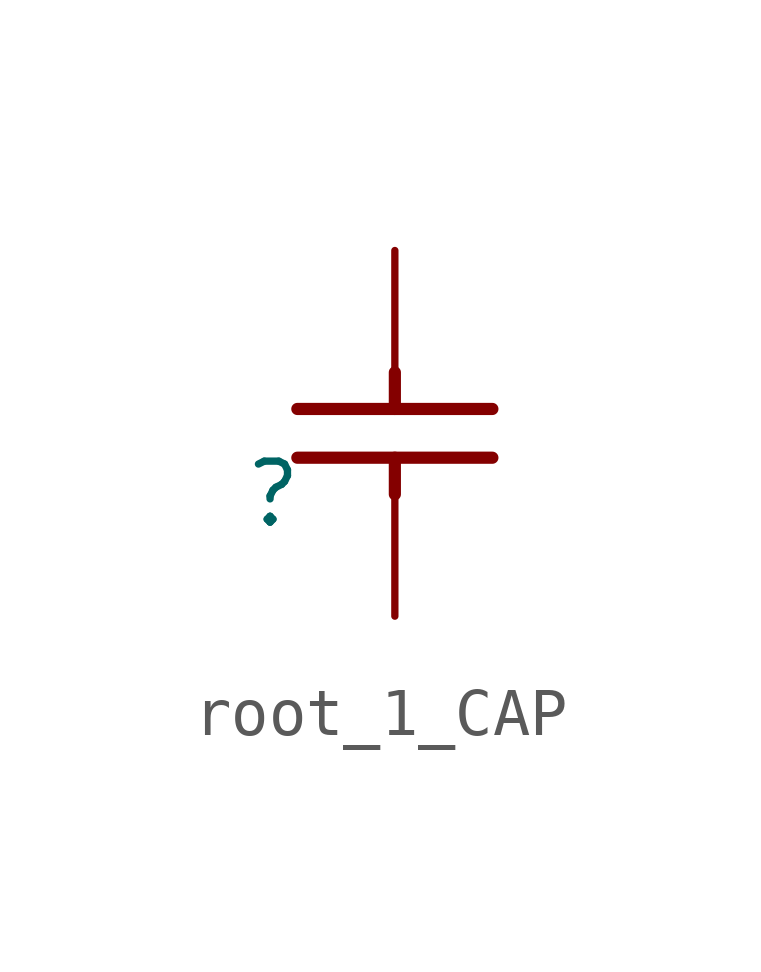
<source format=kicad_sym>
(kicad_symbol_lib
  (version 20231120)
  (generator "kicad_symbol_editor")
  (generator_version "8.0")
  (symbol "root_1_CAP"
    (property "Reference" ""
      (at 0 0 0)
      (effects (font (size 1.27 1.27))))
    (property "Value" ""
      (at 0 0 0)
      (effects (font (size 1.27 1.27))))
    (symbol "root_1_CAP_1_0"
      (polyline (pts (xy 0.508 1.778) (xy 4.572 1.778)) (stroke (width 0.254) (type solid)) (fill (type none)))
      (polyline (pts (xy 2.54 0) (xy 2.54 0.762)) (stroke (width 0.254) (type solid)) (fill (type none)))
      (polyline (pts (xy 2.54 2.54) (xy 2.54 1.778)) (stroke (width 0.254) (type solid)) (fill (type none)))
      (polyline (pts (xy 4.572 0.762) (xy 0.508 0.762)) (stroke (width 0.254) (type solid)) (fill (type none)))
      (pin passive line (at 2.54 -2.54 90) (length 2.54) (name "1" (effects (font (size 0 0)))) (number "1" (effects (font (size 0 0)))))
      (pin passive line (at 2.54 5.08 270) (length 2.54) (name "2" (effects (font (size 0 0)))) (number "2" (effects (font (size 0 0))))))))
</source>
